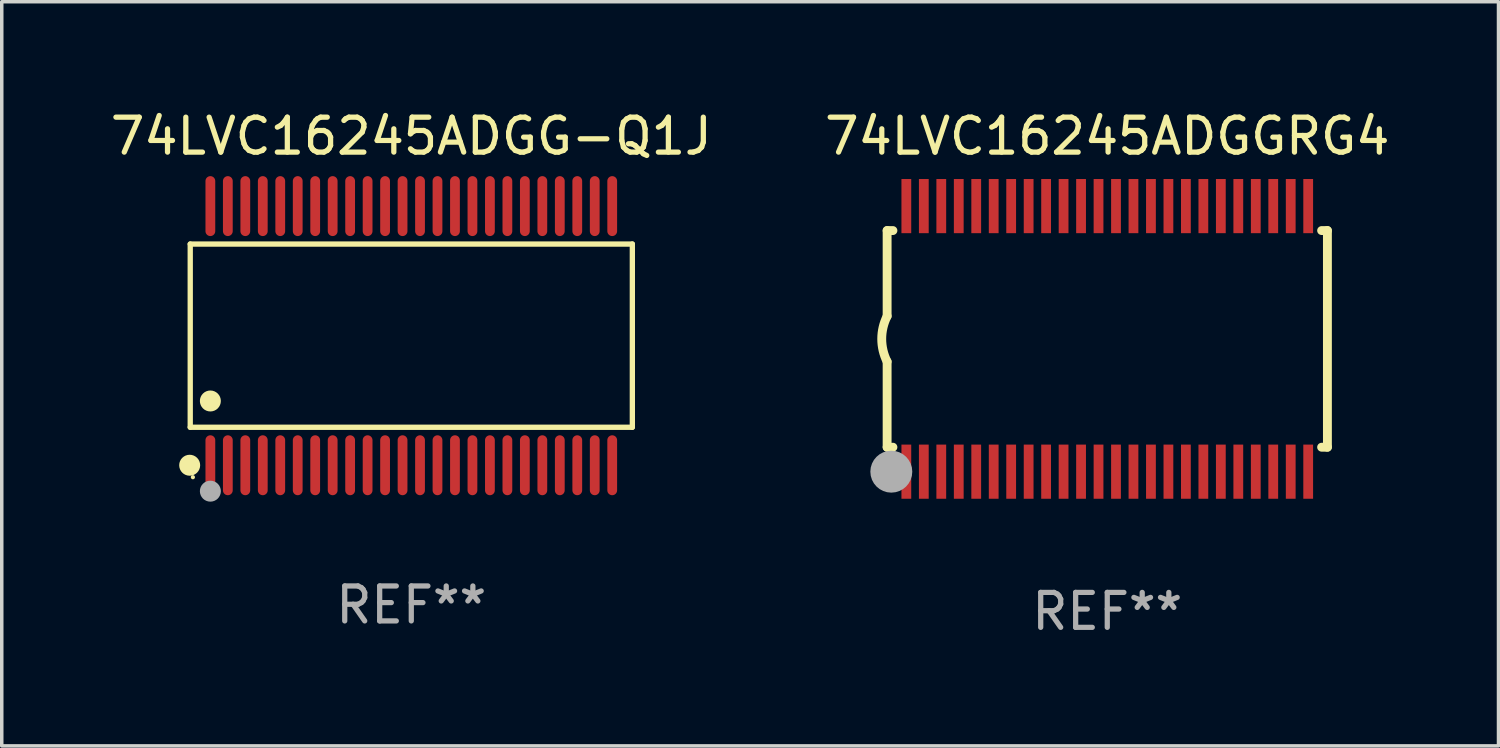
<source format=kicad_pcb>
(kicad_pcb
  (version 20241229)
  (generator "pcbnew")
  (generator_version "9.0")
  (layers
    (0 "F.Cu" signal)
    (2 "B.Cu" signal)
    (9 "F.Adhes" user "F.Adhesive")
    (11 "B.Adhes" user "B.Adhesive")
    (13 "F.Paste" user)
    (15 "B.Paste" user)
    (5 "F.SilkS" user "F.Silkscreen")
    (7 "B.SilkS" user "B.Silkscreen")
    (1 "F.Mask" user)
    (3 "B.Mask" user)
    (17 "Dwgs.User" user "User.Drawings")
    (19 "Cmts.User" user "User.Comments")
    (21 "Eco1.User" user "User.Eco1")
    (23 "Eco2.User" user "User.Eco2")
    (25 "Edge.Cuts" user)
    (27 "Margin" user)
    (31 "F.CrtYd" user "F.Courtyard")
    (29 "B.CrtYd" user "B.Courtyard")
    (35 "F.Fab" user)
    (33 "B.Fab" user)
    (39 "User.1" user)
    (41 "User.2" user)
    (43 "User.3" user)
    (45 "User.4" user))
  (footprint "74LVC16245ADGGRG4"
    (layer "F.Cu")
    (at 28.637 6.648)
    (property "Reference" "74LVC16245ADGGRG4" (at 0 -5.8 0) (layer "F.SilkS") (effects (font (size 1 1) (thickness 0.15))))
    (attr through_hole)
    (fp_line (start -6.3 -3.1) (end -6.3 -0.65) (stroke (width 0.254) (type solid)) (layer "F.SilkS"))
    (fp_line (start -6.3 -3.1) (end -6.134 -3.1) (stroke (width 0.254) (type solid)) (layer "F.SilkS"))
    (fp_line (start -6.3 3.1) (end -6.3 0.65) (stroke (width 0.254) (type solid)) (layer "F.SilkS"))
    (fp_line (start -6.3 3.1) (end -6.134 3.1) (stroke (width 0.254) (type solid)) (layer "F.SilkS"))
    (fp_line (start 6.134 -3.1) (end 6.3 -3.1) (stroke (width 0.254) (type solid)) (layer "F.SilkS"))
    (fp_line (start 6.134 3.1) (end 6.3 3.1) (stroke (width 0.254) (type solid)) (layer "F.SilkS"))
    (fp_line (start 6.3 -3.1) (end 6.3 3.1) (stroke (width 0.254) (type solid)) (layer "F.SilkS"))
    (fp_arc (start -6.301016 0.650114) (mid -6.45413 -0.000082) (end -6.3 -0.650038) (stroke (width 0.254001) (type solid)) (layer "F.SilkS"))
    (fp_circle (center -6.35 3.81) (end -6.223 3.81) (stroke (width 0.254) (type solid)) (fill no) (layer "F.SilkS"))
    (fp_circle (center -6.25 4.05) (end -6.22 4.05) (stroke (width 0.06) (type solid)) (fill no) (layer "F.SilkS"))
    (fp_circle (center -6.18 3.8) (end -5.88 3.8) (stroke (width 0.6) (type solid)) (fill no) (layer "F.Fab"))
    (fp_text user "REF**" (at 0 7.8 0) (layer "F.Fab") (effects (font (size 1 1) (thickness 0.15))))
    (pad "1" smd rect (at -5.75 3.8) (size 0.28 1.55) (layers "F.Cu" "F.Mask" "F.Paste"))
    (pad "2" smd rect (at -5.25 3.8) (size 0.28 1.55) (layers "F.Cu" "F.Mask" "F.Paste"))
    (pad "3" smd rect (at -4.75 3.8) (size 0.28 1.55) (layers "F.Cu" "F.Mask" "F.Paste"))
    (pad "4" smd rect (at -4.25 3.8) (size 0.28 1.55) (layers "F.Cu" "F.Mask" "F.Paste"))
    (pad "5" smd rect (at -3.75 3.8) (size 0.28 1.55) (layers "F.Cu" "F.Mask" "F.Paste"))
    (pad "6" smd rect (at -3.25 3.8) (size 0.28 1.55) (layers "F.Cu" "F.Mask" "F.Paste"))
    (pad "7" smd rect (at -2.75 3.8) (size 0.28 1.55) (layers "F.Cu" "F.Mask" "F.Paste"))
    (pad "8" smd rect (at -2.25 3.8) (size 0.28 1.55) (layers "F.Cu" "F.Mask" "F.Paste"))
    (pad "9" smd rect (at -1.75 3.8) (size 0.28 1.55) (layers "F.Cu" "F.Mask" "F.Paste"))
    (pad "10" smd rect (at -1.25 3.8) (size 0.28 1.55) (layers "F.Cu" "F.Mask" "F.Paste"))
    (pad "11" smd rect (at -0.75 3.8) (size 0.28 1.55) (layers "F.Cu" "F.Mask" "F.Paste"))
    (pad "12" smd rect (at -0.25 3.8) (size 0.28 1.55) (layers "F.Cu" "F.Mask" "F.Paste"))
    (pad "13" smd rect (at 0.25 3.8) (size 0.28 1.55) (layers "F.Cu" "F.Mask" "F.Paste"))
    (pad "14" smd rect (at 0.75 3.8) (size 0.28 1.55) (layers "F.Cu" "F.Mask" "F.Paste"))
    (pad "15" smd rect (at 1.25 3.8) (size 0.28 1.55) (layers "F.Cu" "F.Mask" "F.Paste"))
    (pad "16" smd rect (at 1.75 3.8) (size 0.28 1.55) (layers "F.Cu" "F.Mask" "F.Paste"))
    (pad "17" smd rect (at 2.25 3.8) (size 0.28 1.55) (layers "F.Cu" "F.Mask" "F.Paste"))
    (pad "18" smd rect (at 2.75 3.8) (size 0.28 1.55) (layers "F.Cu" "F.Mask" "F.Paste"))
    (pad "19" smd rect (at 3.25 3.8) (size 0.28 1.55) (layers "F.Cu" "F.Mask" "F.Paste"))
    (pad "20" smd rect (at 3.75 3.8) (size 0.28 1.55) (layers "F.Cu" "F.Mask" "F.Paste"))
    (pad "21" smd rect (at 4.25 3.8) (size 0.28 1.55) (layers "F.Cu" "F.Mask" "F.Paste"))
    (pad "22" smd rect (at 4.75 3.8) (size 0.28 1.55) (layers "F.Cu" "F.Mask" "F.Paste"))
    (pad "23" smd rect (at 5.25 3.8) (size 0.28 1.55) (layers "F.Cu" "F.Mask" "F.Paste"))
    (pad "24" smd rect (at 5.75 3.8) (size 0.28 1.55) (layers "F.Cu" "F.Mask" "F.Paste"))
    (pad "25" smd rect (at 5.75 -3.8) (size 0.28 1.55) (layers "F.Cu" "F.Mask" "F.Paste"))
    (pad "26" smd rect (at 5.25 -3.8) (size 0.28 1.55) (layers "F.Cu" "F.Mask" "F.Paste"))
    (pad "27" smd rect (at 4.75 -3.8) (size 0.28 1.55) (layers "F.Cu" "F.Mask" "F.Paste"))
    (pad "28" smd rect (at 4.25 -3.8) (size 0.28 1.55) (layers "F.Cu" "F.Mask" "F.Paste"))
    (pad "29" smd rect (at 3.75 -3.8) (size 0.28 1.55) (layers "F.Cu" "F.Mask" "F.Paste"))
    (pad "30" smd rect (at 3.25 -3.8) (size 0.28 1.55) (layers "F.Cu" "F.Mask" "F.Paste"))
    (pad "31" smd rect (at 2.75 -3.8) (size 0.28 1.55) (layers "F.Cu" "F.Mask" "F.Paste"))
    (pad "32" smd rect (at 2.25 -3.8) (size 0.28 1.55) (layers "F.Cu" "F.Mask" "F.Paste"))
    (pad "33" smd rect (at 1.75 -3.8) (size 0.28 1.55) (layers "F.Cu" "F.Mask" "F.Paste"))
    (pad "34" smd rect (at 1.25 -3.8) (size 0.28 1.55) (layers "F.Cu" "F.Mask" "F.Paste"))
    (pad "35" smd rect (at 0.75 -3.8) (size 0.28 1.55) (layers "F.Cu" "F.Mask" "F.Paste"))
    (pad "36" smd rect (at 0.25 -3.8) (size 0.28 1.55) (layers "F.Cu" "F.Mask" "F.Paste"))
    (pad "37" smd rect (at -0.25 -3.8) (size 0.28 1.55) (layers "F.Cu" "F.Mask" "F.Paste"))
    (pad "38" smd rect (at -0.75 -3.8) (size 0.28 1.55) (layers "F.Cu" "F.Mask" "F.Paste"))
    (pad "39" smd rect (at -1.25 -3.8) (size 0.28 1.55) (layers "F.Cu" "F.Mask" "F.Paste"))
    (pad "40" smd rect (at -1.75 -3.8) (size 0.28 1.55) (layers "F.Cu" "F.Mask" "F.Paste"))
    (pad "41" smd rect (at -2.25 -3.8) (size 0.28 1.55) (layers "F.Cu" "F.Mask" "F.Paste"))
    (pad "42" smd rect (at -2.75 -3.8) (size 0.28 1.55) (layers "F.Cu" "F.Mask" "F.Paste"))
    (pad "43" smd rect (at -3.25 -3.8) (size 0.28 1.55) (layers "F.Cu" "F.Mask" "F.Paste"))
    (pad "44" smd rect (at -3.75 -3.8) (size 0.28 1.55) (layers "F.Cu" "F.Mask" "F.Paste"))
    (pad "45" smd rect (at -4.25 -3.8) (size 0.28 1.55) (layers "F.Cu" "F.Mask" "F.Paste"))
    (pad "46" smd rect (at -4.75 -3.8) (size 0.28 1.55) (layers "F.Cu" "F.Mask" "F.Paste"))
    (pad "47" smd rect (at -5.25 -3.8) (size 0.28 1.55) (layers "F.Cu" "F.Mask" "F.Paste"))
    (pad "48" smd rect (at -5.75 -3.8) (size 0.28 1.55) (layers "F.Cu" "F.Mask" "F.Paste")))
  (footprint "74LVC16245ADGG-Q1J"
    (layer "F.Cu")
    (at 8.72 6.556)
    (property "Reference" "74LVC16245ADGG-Q1J" (at 0 -5.708 0) (layer "F.SilkS") (effects (font (size 1 1) (thickness 0.15))))
    (attr through_hole)
    (fp_line (start -6.326 -2.622) (end 6.326 -2.622) (stroke (width 0.152) (type solid)) (layer "F.SilkS"))
    (fp_line (start -6.326 2.621) (end -6.326 -2.622) (stroke (width 0.152) (type solid)) (layer "F.SilkS"))
    (fp_line (start 6.326 -2.622) (end 6.326 2.621) (stroke (width 0.152) (type solid)) (layer "F.SilkS"))
    (fp_line (start 6.326 2.621) (end -6.326 2.621) (stroke (width 0.152) (type solid)) (layer "F.SilkS"))
    (fp_circle (center -6.342 3.708) (end -6.192 3.708) (stroke (width 0.3) (type solid)) (fill no) (layer "F.SilkS"))
    (fp_circle (center -6.25 4.05) (end -6.22 4.05) (stroke (width 0.06) (type solid)) (fill no) (layer "F.SilkS"))
    (fp_circle (center -5.75 1.869) (end -5.6 1.869) (stroke (width 0.3) (type solid)) (fill no) (layer "F.SilkS"))
    (fp_circle (center -5.75 4.45) (end -5.6 4.45) (stroke (width 0.3) (type solid)) (fill no) (layer "F.Fab"))
    (fp_text user "REF**" (at 0 7.708 0) (layer "F.Fab") (effects (font (size 1 1) (thickness 0.15))))
    (pad "1" smd oval (at -5.75 3.708) (size 0.28 1.715) (layers "F.Cu" "F.Mask" "F.Paste"))
    (pad "2" smd oval (at -5.25 3.708) (size 0.28 1.715) (layers "F.Cu" "F.Mask" "F.Paste"))
    (pad "3" smd oval (at -4.75 3.708) (size 0.28 1.715) (layers "F.Cu" "F.Mask" "F.Paste"))
    (pad "4" smd oval (at -4.25 3.708) (size 0.28 1.715) (layers "F.Cu" "F.Mask" "F.Paste"))
    (pad "5" smd oval (at -3.75 3.708) (size 0.28 1.715) (layers "F.Cu" "F.Mask" "F.Paste"))
    (pad "6" smd oval (at -3.25 3.708) (size 0.28 1.715) (layers "F.Cu" "F.Mask" "F.Paste"))
    (pad "7" smd oval (at -2.75 3.708) (size 0.28 1.715) (layers "F.Cu" "F.Mask" "F.Paste"))
    (pad "8" smd oval (at -2.25 3.708) (size 0.28 1.715) (layers "F.Cu" "F.Mask" "F.Paste"))
    (pad "9" smd oval (at -1.75 3.708) (size 0.28 1.715) (layers "F.Cu" "F.Mask" "F.Paste"))
    (pad "10" smd oval (at -1.25 3.708) (size 0.28 1.715) (layers "F.Cu" "F.Mask" "F.Paste"))
    (pad "11" smd oval (at -0.75 3.708) (size 0.28 1.715) (layers "F.Cu" "F.Mask" "F.Paste"))
    (pad "12" smd oval (at -0.25 3.708) (size 0.28 1.715) (layers "F.Cu" "F.Mask" "F.Paste"))
    (pad "13" smd oval (at 0.25 3.708) (size 0.28 1.715) (layers "F.Cu" "F.Mask" "F.Paste"))
    (pad "14" smd oval (at 0.75 3.708) (size 0.28 1.715) (layers "F.Cu" "F.Mask" "F.Paste"))
    (pad "15" smd oval (at 1.25 3.708) (size 0.28 1.715) (layers "F.Cu" "F.Mask" "F.Paste"))
    (pad "16" smd oval (at 1.75 3.708) (size 0.28 1.715) (layers "F.Cu" "F.Mask" "F.Paste"))
    (pad "17" smd oval (at 2.25 3.708) (size 0.28 1.715) (layers "F.Cu" "F.Mask" "F.Paste"))
    (pad "18" smd oval (at 2.75 3.708) (size 0.28 1.715) (layers "F.Cu" "F.Mask" "F.Paste"))
    (pad "19" smd oval (at 3.25 3.708) (size 0.28 1.715) (layers "F.Cu" "F.Mask" "F.Paste"))
    (pad "20" smd oval (at 3.75 3.708) (size 0.28 1.715) (layers "F.Cu" "F.Mask" "F.Paste"))
    (pad "21" smd oval (at 4.25 3.708) (size 0.28 1.715) (layers "F.Cu" "F.Mask" "F.Paste"))
    (pad "22" smd oval (at 4.75 3.708) (size 0.28 1.715) (layers "F.Cu" "F.Mask" "F.Paste"))
    (pad "23" smd oval (at 5.25 3.708) (size 0.28 1.715) (layers "F.Cu" "F.Mask" "F.Paste"))
    (pad "24" smd oval (at 5.75 3.708) (size 0.28 1.715) (layers "F.Cu" "F.Mask" "F.Paste"))
    (pad "25" smd oval (at 5.75 -3.708) (size 0.28 1.715) (layers "F.Cu" "F.Mask" "F.Paste"))
    (pad "26" smd oval (at 5.25 -3.708) (size 0.28 1.715) (layers "F.Cu" "F.Mask" "F.Paste"))
    (pad "27" smd oval (at 4.75 -3.708) (size 0.28 1.715) (layers "F.Cu" "F.Mask" "F.Paste"))
    (pad "28" smd oval (at 4.25 -3.708) (size 0.28 1.715) (layers "F.Cu" "F.Mask" "F.Paste"))
    (pad "29" smd oval (at 3.75 -3.708) (size 0.28 1.715) (layers "F.Cu" "F.Mask" "F.Paste"))
    (pad "30" smd oval (at 3.25 -3.708) (size 0.28 1.715) (layers "F.Cu" "F.Mask" "F.Paste"))
    (pad "31" smd oval (at 2.75 -3.708) (size 0.28 1.715) (layers "F.Cu" "F.Mask" "F.Paste"))
    (pad "32" smd oval (at 2.25 -3.708) (size 0.28 1.715) (layers "F.Cu" "F.Mask" "F.Paste"))
    (pad "33" smd oval (at 1.75 -3.708) (size 0.28 1.715) (layers "F.Cu" "F.Mask" "F.Paste"))
    (pad "34" smd oval (at 1.25 -3.708) (size 0.28 1.715) (layers "F.Cu" "F.Mask" "F.Paste"))
    (pad "35" smd oval (at 0.75 -3.708) (size 0.28 1.715) (layers "F.Cu" "F.Mask" "F.Paste"))
    (pad "36" smd oval (at 0.25 -3.708) (size 0.28 1.715) (layers "F.Cu" "F.Mask" "F.Paste"))
    (pad "37" smd oval (at -0.25 -3.708) (size 0.28 1.715) (layers "F.Cu" "F.Mask" "F.Paste"))
    (pad "38" smd oval (at -0.75 -3.708) (size 0.28 1.715) (layers "F.Cu" "F.Mask" "F.Paste"))
    (pad "39" smd oval (at -1.25 -3.708) (size 0.28 1.715) (layers "F.Cu" "F.Mask" "F.Paste"))
    (pad "40" smd oval (at -1.75 -3.708) (size 0.28 1.715) (layers "F.Cu" "F.Mask" "F.Paste"))
    (pad "41" smd oval (at -2.25 -3.708) (size 0.28 1.715) (layers "F.Cu" "F.Mask" "F.Paste"))
    (pad "42" smd oval (at -2.75 -3.708) (size 0.28 1.715) (layers "F.Cu" "F.Mask" "F.Paste"))
    (pad "43" smd oval (at -3.25 -3.708) (size 0.28 1.715) (layers "F.Cu" "F.Mask" "F.Paste"))
    (pad "44" smd oval (at -3.75 -3.708) (size 0.28 1.715) (layers "F.Cu" "F.Mask" "F.Paste"))
    (pad "45" smd oval (at -4.25 -3.708) (size 0.28 1.715) (layers "F.Cu" "F.Mask" "F.Paste"))
    (pad "46" smd oval (at -4.75 -3.708) (size 0.28 1.715) (layers "F.Cu" "F.Mask" "F.Paste"))
    (pad "47" smd oval (at -5.25 -3.708) (size 0.28 1.715) (layers "F.Cu" "F.Mask" "F.Paste"))
    (pad "48" smd oval (at -5.75 -3.708) (size 0.28 1.715) (layers "F.Cu" "F.Mask" "F.Paste")))
  (gr_rect
    (start -3 -3)
    (end 39.833 18.296)
    (stroke (width 0.1) (type default))
    (fill no)
    (layer "Edge.Cuts")))
</source>
